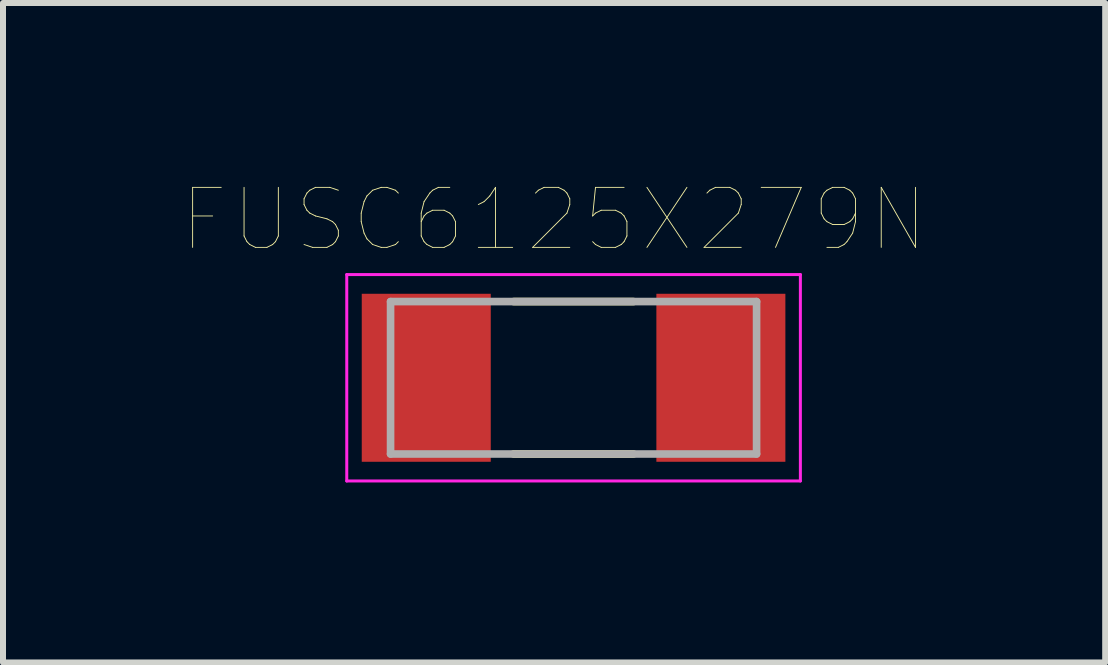
<source format=kicad_pcb>
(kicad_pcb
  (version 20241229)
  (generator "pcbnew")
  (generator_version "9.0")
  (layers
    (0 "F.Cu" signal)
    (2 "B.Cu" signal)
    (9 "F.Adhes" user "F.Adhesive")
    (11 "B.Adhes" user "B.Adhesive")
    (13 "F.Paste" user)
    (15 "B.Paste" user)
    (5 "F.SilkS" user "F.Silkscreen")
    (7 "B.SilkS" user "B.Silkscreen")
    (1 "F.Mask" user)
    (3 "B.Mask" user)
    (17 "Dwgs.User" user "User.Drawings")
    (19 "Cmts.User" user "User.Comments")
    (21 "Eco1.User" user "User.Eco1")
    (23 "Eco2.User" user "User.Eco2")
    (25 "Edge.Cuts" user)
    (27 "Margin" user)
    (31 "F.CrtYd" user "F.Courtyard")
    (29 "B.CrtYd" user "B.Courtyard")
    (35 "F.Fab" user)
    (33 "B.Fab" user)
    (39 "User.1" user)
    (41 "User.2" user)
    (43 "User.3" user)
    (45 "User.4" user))
  (footprint "FUSC6125X279N"
    (layer "F.Cu")
    (at 6.509 3.246)
    (property "Reference" "FUSC6125X279N" (at -0.325 -2.635 0) (layer "F.SilkS") (effects (font (size 1 1) (thickness 0.015))))
    (attr through_hole)
    (fp_line (start -1 -1.27) (end 1 -1.27) (stroke (width 0.127) (type solid)) (layer "F.SilkS"))
    (fp_line (start 1 1.27) (end -1 1.27) (stroke (width 0.127) (type solid)) (layer "F.SilkS"))
    (fp_line (start -3.78 -1.72) (end 3.78 -1.72) (stroke (width 0.05) (type solid)) (layer "F.CrtYd"))
    (fp_line (start -3.78 1.72) (end -3.78 -1.72) (stroke (width 0.05) (type solid)) (layer "F.CrtYd"))
    (fp_line (start 3.78 -1.72) (end 3.78 1.72) (stroke (width 0.05) (type solid)) (layer "F.CrtYd"))
    (fp_line (start 3.78 1.72) (end -3.78 1.72) (stroke (width 0.05) (type solid)) (layer "F.CrtYd"))
    (fp_line (start -3.05 -1.27) (end 3.05 -1.27) (stroke (width 0.127) (type solid)) (layer "F.Fab"))
    (fp_line (start -3.05 1.27) (end -3.05 -1.27) (stroke (width 0.127) (type solid)) (layer "F.Fab"))
    (fp_line (start 3.05 -1.27) (end 3.05 1.27) (stroke (width 0.127) (type solid)) (layer "F.Fab"))
    (fp_line (start 3.05 1.27) (end -3.05 1.27) (stroke (width 0.127) (type solid)) (layer "F.Fab"))
    (pad "1" smd rect (at -2.455 0) (size 2.15 2.8) (layers "F.Cu" "F.Mask" "F.Paste"))
    (pad "2" smd rect (at 2.455 0) (size 2.15 2.8) (layers "F.Cu" "F.Mask" "F.Paste")))
  (gr_rect
    (start -3 -3)
    (end 15.369 7.991)
    (stroke (width 0.1) (type default))
    (fill no)
    (layer "Edge.Cuts")))
</source>
